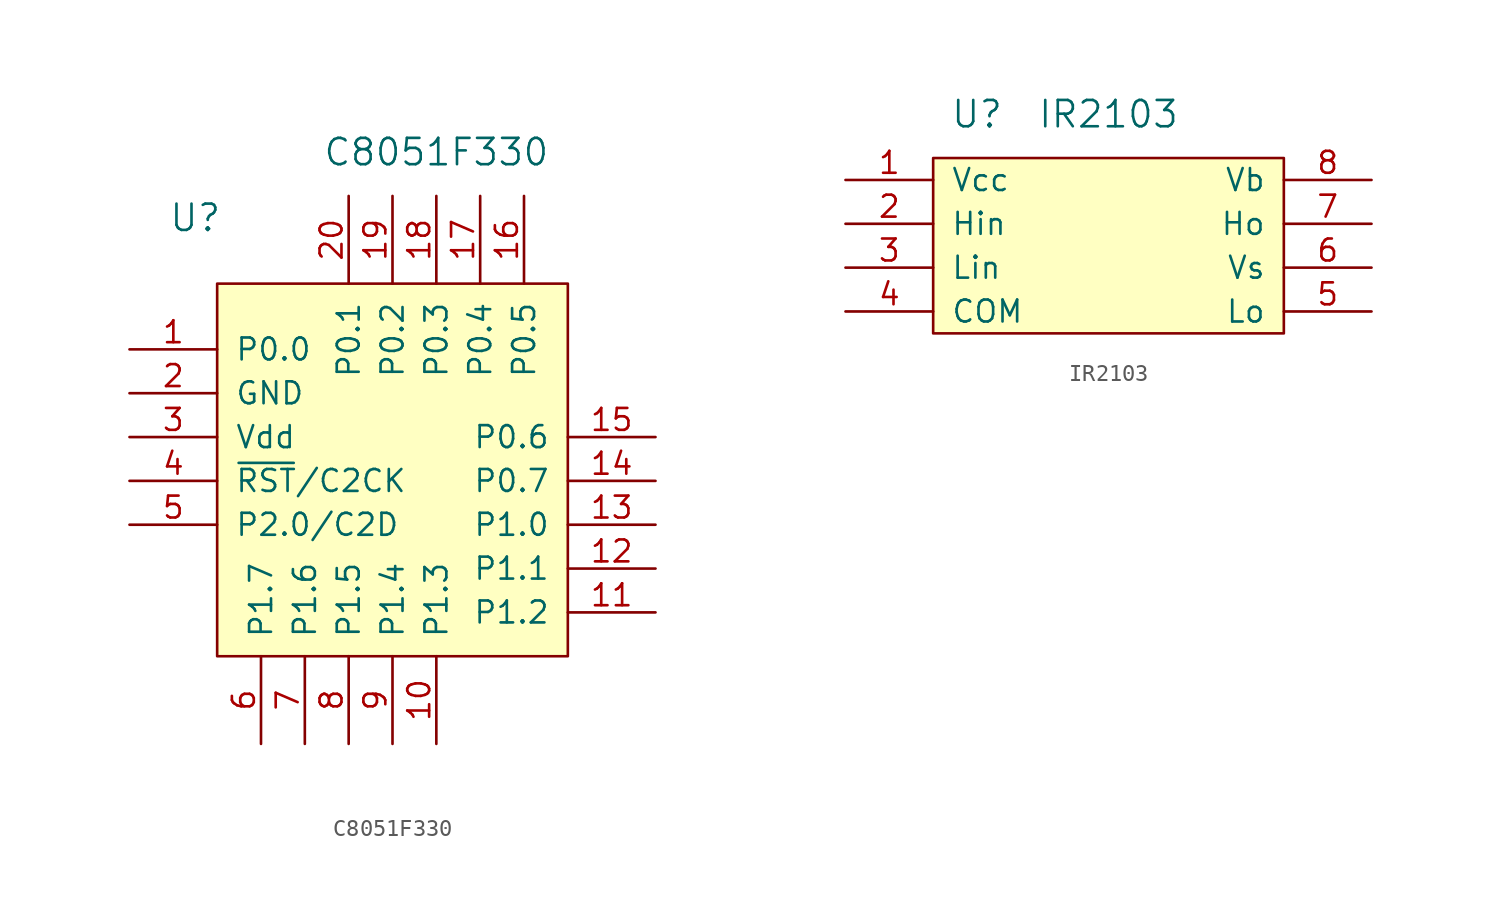
<source format=kicad_sym>
(kicad_symbol_lib
  (version 20231120)
  (generator "kicad_symbol_editor")
  (generator_version "8.0")
  (symbol "C8051F330"
    (pin_names
      (offset 1.016))
    (property "Reference" "U"
      (at -13.97 12.7 0)
      (effects (font (size 1.524 1.524))))
    (property "Value" "C8051F330"
      (at 0 16.51 0)
      (effects (font (size 1.524 1.524))))
    (symbol "C8051F330_0_1"
      (rectangle (start -12.7 8.89) (end 7.62 -12.7) (stroke (width 0) (type default)) (fill (type background))))
    (symbol "C8051F330_1_1"
      (pin bidirectional line (at -17.78 5.08 0) (length 5.08) (name "P0.0" (effects (font (size 1.27 1.27)))) (number "1" (effects (font (size 1.27 1.27)))))
      (pin bidirectional line (at 0 -17.78 90) (length 5.08) (name "P1.3" (effects (font (size 1.27 1.27)))) (number "10" (effects (font (size 1.27 1.27)))))
      (pin bidirectional line (at 12.7 -10.16 180) (length 5.08) (name "P1.2" (effects (font (size 1.27 1.27)))) (number "11" (effects (font (size 1.27 1.27)))))
      (pin bidirectional line (at 12.7 -7.62 180) (length 5.08) (name "P1.1" (effects (font (size 1.27 1.27)))) (number "12" (effects (font (size 1.27 1.27)))))
      (pin bidirectional line (at 12.7 -5.08 180) (length 5.08) (name "P1.0" (effects (font (size 1.27 1.27)))) (number "13" (effects (font (size 1.27 1.27)))))
      (pin bidirectional line (at 12.7 -2.54 180) (length 5.08) (name "P0.7" (effects (font (size 1.27 1.27)))) (number "14" (effects (font (size 1.27 1.27)))))
      (pin bidirectional line (at 12.7 0 180) (length 5.08) (name "P0.6" (effects (font (size 1.27 1.27)))) (number "15" (effects (font (size 1.27 1.27)))))
      (pin bidirectional line (at 5.08 13.97 270) (length 5.08) (name "P0.5" (effects (font (size 1.27 1.27)))) (number "16" (effects (font (size 1.27 1.27)))))
      (pin bidirectional line (at 2.54 13.97 270) (length 5.08) (name "P0.4" (effects (font (size 1.27 1.27)))) (number "17" (effects (font (size 1.27 1.27)))))
      (pin bidirectional line (at 0 13.97 270) (length 5.08) (name "P0.3" (effects (font (size 1.27 1.27)))) (number "18" (effects (font (size 1.27 1.27)))))
      (pin bidirectional line (at -2.54 13.97 270) (length 5.08) (name "P0.2" (effects (font (size 1.27 1.27)))) (number "19" (effects (font (size 1.27 1.27)))))
      (pin power_in line (at -17.78 2.54 0) (length 5.08) (name "GND" (effects (font (size 1.27 1.27)))) (number "2" (effects (font (size 1.27 1.27)))))
      (pin bidirectional line (at -5.08 13.97 270) (length 5.08) (name "P0.1" (effects (font (size 1.27 1.27)))) (number "20" (effects (font (size 1.27 1.27)))))
      (pin power_in line (at -17.78 0 0) (length 5.08) (name "Vdd" (effects (font (size 1.27 1.27)))) (number "3" (effects (font (size 1.27 1.27)))))
      (pin bidirectional line (at -17.78 -2.54 0) (length 5.08) (name "~{RST}/C2CK" (effects (font (size 1.27 1.27)))) (number "4" (effects (font (size 1.27 1.27)))))
      (pin bidirectional line (at -17.78 -5.08 0) (length 5.08) (name "P2.0/C2D" (effects (font (size 1.27 1.27)))) (number "5" (effects (font (size 1.27 1.27)))))
      (pin bidirectional line (at -10.16 -17.78 90) (length 5.08) (name "P1.7" (effects (font (size 1.27 1.27)))) (number "6" (effects (font (size 1.27 1.27)))))
      (pin bidirectional line (at -7.62 -17.78 90) (length 5.08) (name "P1.6" (effects (font (size 1.27 1.27)))) (number "7" (effects (font (size 1.27 1.27)))))
      (pin bidirectional line (at -5.08 -17.78 90) (length 5.08) (name "P1.5" (effects (font (size 1.27 1.27)))) (number "8" (effects (font (size 1.27 1.27)))))
      (pin bidirectional line (at -2.54 -17.78 90) (length 5.08) (name "P1.4" (effects (font (size 1.27 1.27)))) (number "9" (effects (font (size 1.27 1.27)))))))
  (symbol "IR2103"
    (pin_names
      (offset 1.016))
    (property "Reference" "U"
      (at -7.62 7.62 0)
      (effects (font (size 1.524 1.524))))
    (property "Value" "IR2103"
      (at 0 7.62 0)
      (effects (font (size 1.524 1.524))))
    (symbol "IR2103_0_1"
      (rectangle (start -10.16 5.08) (end 10.16 -5.08) (stroke (width 0) (type default)) (fill (type background))))
    (symbol "IR2103_1_1"
      (pin power_in line (at -15.24 3.81 0) (length 5.08) (name "Vcc" (effects (font (size 1.27 1.27)))) (number "1" (effects (font (size 1.27 1.27)))))
      (pin input line (at -15.24 1.27 0) (length 5.08) (name "Hin" (effects (font (size 1.27 1.27)))) (number "2" (effects (font (size 1.27 1.27)))))
      (pin input line (at -15.24 -1.27 0) (length 5.08) (name "Lin" (effects (font (size 1.27 1.27)))) (number "3" (effects (font (size 1.27 1.27)))))
      (pin power_in line (at -15.24 -3.81 0) (length 5.08) (name "COM" (effects (font (size 1.27 1.27)))) (number "4" (effects (font (size 1.27 1.27)))))
      (pin output line (at 15.24 -3.81 180) (length 5.08) (name "Lo" (effects (font (size 1.27 1.27)))) (number "5" (effects (font (size 1.27 1.27)))))
      (pin input line (at 15.24 -1.27 180) (length 5.08) (name "Vs" (effects (font (size 1.27 1.27)))) (number "6" (effects (font (size 1.27 1.27)))))
      (pin output line (at 15.24 1.27 180) (length 5.08) (name "Ho" (effects (font (size 1.27 1.27)))) (number "7" (effects (font (size 1.27 1.27)))))
      (pin input line (at 15.24 3.81 180) (length 5.08) (name "Vb" (effects (font (size 1.27 1.27)))) (number "8" (effects (font (size 1.27 1.27))))))))
</source>
